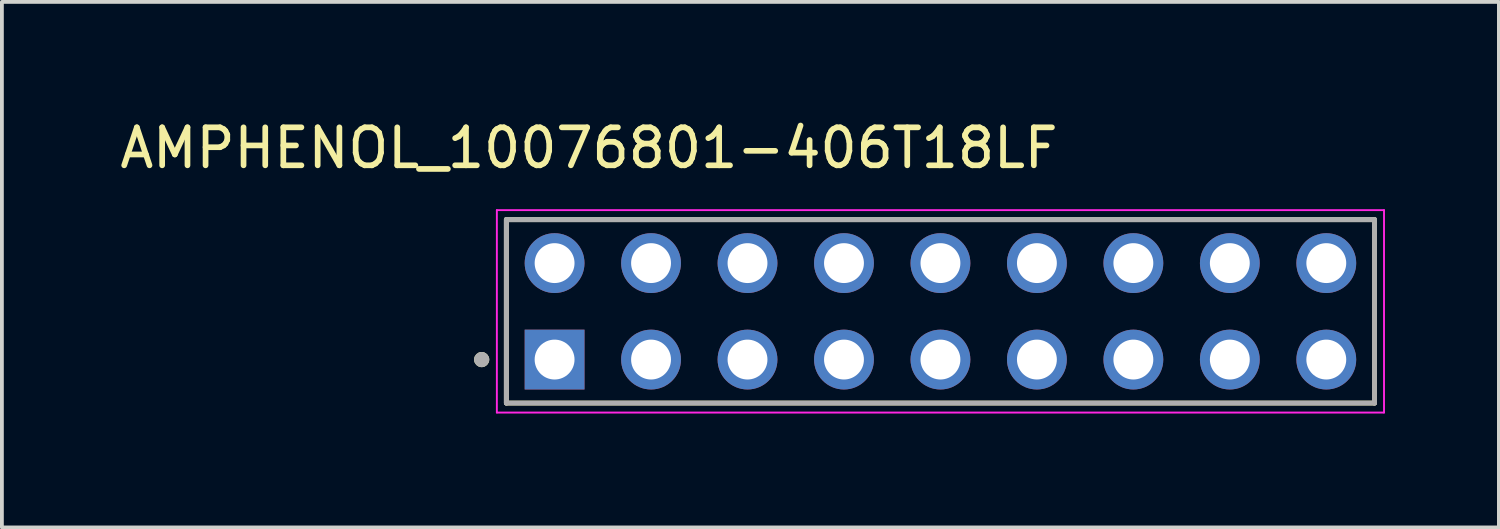
<source format=kicad_pcb>
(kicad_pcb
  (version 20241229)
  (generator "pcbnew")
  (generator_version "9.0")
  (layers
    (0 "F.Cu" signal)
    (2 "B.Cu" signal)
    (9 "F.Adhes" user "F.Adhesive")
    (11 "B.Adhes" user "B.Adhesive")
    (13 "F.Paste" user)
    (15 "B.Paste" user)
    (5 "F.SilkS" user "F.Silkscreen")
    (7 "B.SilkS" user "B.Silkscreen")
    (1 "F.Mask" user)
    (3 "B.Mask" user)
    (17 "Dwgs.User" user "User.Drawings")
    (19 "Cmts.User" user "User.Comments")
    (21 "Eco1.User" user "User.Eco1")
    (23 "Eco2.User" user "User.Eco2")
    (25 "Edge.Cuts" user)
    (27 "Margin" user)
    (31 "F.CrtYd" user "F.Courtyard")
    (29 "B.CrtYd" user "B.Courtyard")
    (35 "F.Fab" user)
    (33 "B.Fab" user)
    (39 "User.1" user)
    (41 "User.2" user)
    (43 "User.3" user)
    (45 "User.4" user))
  (footprint "AMPHENOL_10076801-406T18LF"
    (layer "F.Cu")
    (at 21.713 5.148)
    (property "Reference" "AMPHENOL_10076801-406T18LF" (at -9.255 -4.3 0) (layer "F.SilkS") (effects (font (size 1 1) (thickness 0.15))))
    (attr through_hole)
    (fp_line (start -11.43 2.415) (end -11.43 -2.415) (stroke (width 0.127) (type solid)) (layer "F.SilkS"))
    (fp_line (start 11.43 -2.415) (end -11.43 -2.415) (stroke (width 0.127) (type solid)) (layer "F.SilkS"))
    (fp_line (start 11.43 -2.415) (end 11.43 2.415) (stroke (width 0.127) (type solid)) (layer "F.SilkS"))
    (fp_line (start 11.43 2.415) (end -11.43 2.415) (stroke (width 0.127) (type solid)) (layer "F.SilkS"))
    (fp_circle (center -12.08 1.27) (end -11.98 1.27) (stroke (width 0.2) (type solid)) (fill no) (layer "F.SilkS"))
    (fp_line (start -11.68 -2.665) (end 11.68 -2.665) (stroke (width 0.05) (type solid)) (layer "F.CrtYd"))
    (fp_line (start -11.68 2.665) (end -11.68 -2.665) (stroke (width 0.05) (type solid)) (layer "F.CrtYd"))
    (fp_line (start 11.68 -2.665) (end 11.68 2.665) (stroke (width 0.05) (type solid)) (layer "F.CrtYd"))
    (fp_line (start 11.68 2.665) (end -11.68 2.665) (stroke (width 0.05) (type solid)) (layer "F.CrtYd"))
    (fp_line (start -11.43 -2.415) (end 11.43 -2.415) (stroke (width 0.127) (type solid)) (layer "F.Fab"))
    (fp_line (start -11.43 -2.415) (end 11.43 -2.415) (stroke (width 0.127) (type solid)) (layer "F.Fab"))
    (fp_line (start -11.43 2.415) (end -11.43 -2.415) (stroke (width 0.127) (type solid)) (layer "F.Fab"))
    (fp_line (start -11.43 2.415) (end -11.43 -2.415) (stroke (width 0.127) (type solid)) (layer "F.Fab"))
    (fp_line (start 11.43 -2.415) (end 11.43 2.415) (stroke (width 0.127) (type solid)) (layer "F.Fab"))
    (fp_line (start 11.43 -2.415) (end 11.43 2.415) (stroke (width 0.127) (type solid)) (layer "F.Fab"))
    (fp_line (start 11.43 2.415) (end -11.43 2.415) (stroke (width 0.127) (type solid)) (layer "F.Fab"))
    (fp_circle (center -12.08 1.27) (end -11.98 1.27) (stroke (width 0.2) (type solid)) (fill no) (layer "F.Fab"))
    (pad "01" thru_hole rect (at -10.16 1.27) (size 1.575 1.575) (drill 1.05) (layers "*.Cu" "*.Mask"))
    (pad "02" thru_hole circle (at -10.16 -1.27) (size 1.575 1.575) (drill 1.05) (layers "*.Cu" "*.Mask"))
    (pad "03" thru_hole circle (at -7.62 1.27) (size 1.575 1.575) (drill 1.05) (layers "*.Cu" "*.Mask"))
    (pad "04" thru_hole circle (at -7.62 -1.27) (size 1.575 1.575) (drill 1.05) (layers "*.Cu" "*.Mask"))
    (pad "05" thru_hole circle (at -5.08 1.27) (size 1.575 1.575) (drill 1.05) (layers "*.Cu" "*.Mask"))
    (pad "06" thru_hole circle (at -5.08 -1.27) (size 1.575 1.575) (drill 1.05) (layers "*.Cu" "*.Mask"))
    (pad "07" thru_hole circle (at -2.54 1.27) (size 1.575 1.575) (drill 1.05) (layers "*.Cu" "*.Mask"))
    (pad "08" thru_hole circle (at -2.54 -1.27) (size 1.575 1.575) (drill 1.05) (layers "*.Cu" "*.Mask"))
    (pad "09" thru_hole circle (at 0 1.27) (size 1.575 1.575) (drill 1.05) (layers "*.Cu" "*.Mask"))
    (pad "10" thru_hole circle (at 0 -1.27) (size 1.575 1.575) (drill 1.05) (layers "*.Cu" "*.Mask"))
    (pad "11" thru_hole circle (at 2.54 1.27) (size 1.575 1.575) (drill 1.05) (layers "*.Cu" "*.Mask"))
    (pad "12" thru_hole circle (at 2.54 -1.27) (size 1.575 1.575) (drill 1.05) (layers "*.Cu" "*.Mask"))
    (pad "13" thru_hole circle (at 5.08 1.27) (size 1.575 1.575) (drill 1.05) (layers "*.Cu" "*.Mask"))
    (pad "14" thru_hole circle (at 5.08 -1.27) (size 1.575 1.575) (drill 1.05) (layers "*.Cu" "*.Mask"))
    (pad "15" thru_hole circle (at 7.62 1.27) (size 1.575 1.575) (drill 1.05) (layers "*.Cu" "*.Mask"))
    (pad "16" thru_hole circle (at 7.62 -1.27) (size 1.575 1.575) (drill 1.05) (layers "*.Cu" "*.Mask"))
    (pad "17" thru_hole circle (at 10.16 1.27) (size 1.575 1.575) (drill 1.05) (layers "*.Cu" "*.Mask"))
    (pad "18" thru_hole circle (at 10.16 -1.27) (size 1.575 1.575) (drill 1.05) (layers "*.Cu" "*.Mask")))
  (gr_rect
    (start -3 -3)
    (end 36.418 10.838)
    (stroke (width 0.1) (type default))
    (fill no)
    (layer "Edge.Cuts")))
</source>
